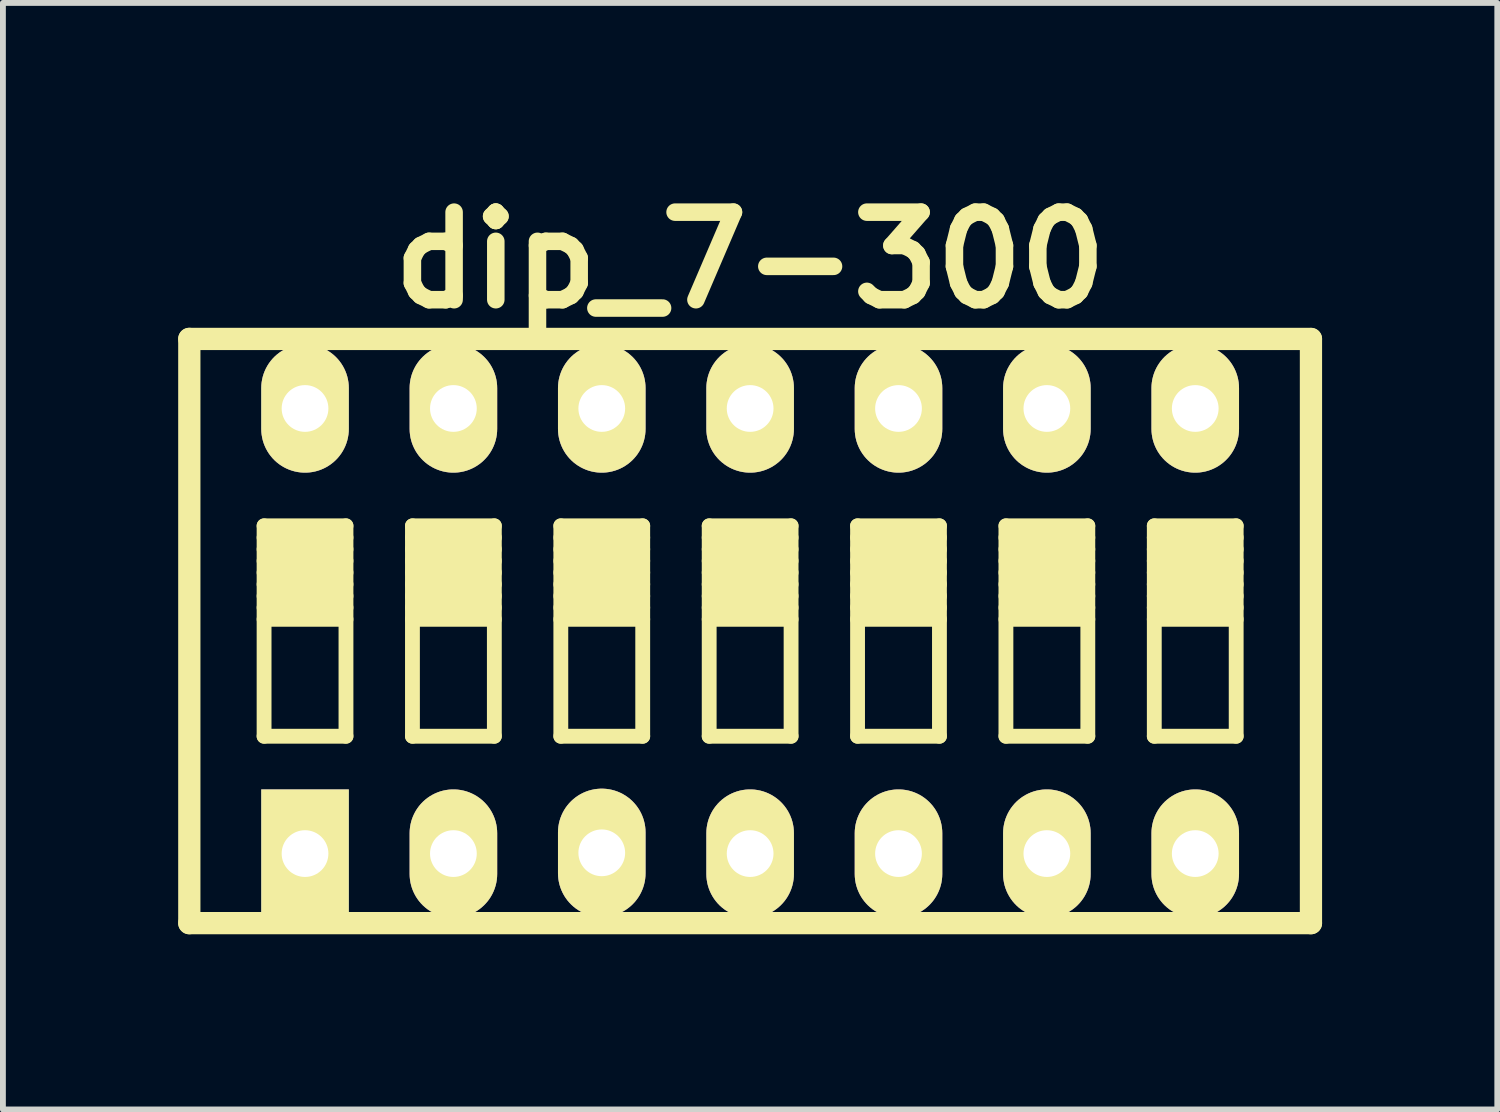
<source format=kicad_pcb>
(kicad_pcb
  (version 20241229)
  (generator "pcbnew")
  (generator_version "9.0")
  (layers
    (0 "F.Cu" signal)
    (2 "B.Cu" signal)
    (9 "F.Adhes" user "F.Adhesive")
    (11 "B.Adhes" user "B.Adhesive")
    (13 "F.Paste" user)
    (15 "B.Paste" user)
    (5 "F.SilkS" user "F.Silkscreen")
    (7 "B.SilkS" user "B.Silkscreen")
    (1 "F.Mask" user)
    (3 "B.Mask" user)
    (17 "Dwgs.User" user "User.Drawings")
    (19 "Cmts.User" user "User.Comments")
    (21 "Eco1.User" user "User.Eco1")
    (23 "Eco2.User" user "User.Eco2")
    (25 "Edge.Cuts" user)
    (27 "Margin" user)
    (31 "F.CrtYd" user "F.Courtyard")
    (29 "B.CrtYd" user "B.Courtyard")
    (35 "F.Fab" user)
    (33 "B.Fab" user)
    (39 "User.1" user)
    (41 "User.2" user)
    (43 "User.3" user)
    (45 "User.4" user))
  (footprint "dip_7-300"
    (layer "F.Cu")
    (at 9.792 7.753)
    (property "Reference" "dip_7-300" (at 0 -6.35 0) (layer "F.SilkS") (effects (font (size 1.499 1.499) (thickness 0.3))))
    (attr through_hole)
    (fp_line (start -9.601 5.001) (end -9.601 -5.001) (stroke (width 0.381) (type solid)) (layer "F.SilkS"))
    (fp_line (start -9.601 5.001) (end 9.601 5.001) (stroke (width 0.381) (type solid)) (layer "F.SilkS"))
    (fp_line (start -8.321 -1.801) (end -8.321 1.801) (stroke (width 0.254) (type solid)) (layer "F.SilkS"))
    (fp_line (start -8.321 -1.6) (end -6.919 -1.6) (stroke (width 0.254) (type solid)) (layer "F.SilkS"))
    (fp_line (start -8.321 -1.4) (end -6.919 -1.4) (stroke (width 0.254) (type solid)) (layer "F.SilkS"))
    (fp_line (start -8.321 -1.201) (end -6.919 -1.201) (stroke (width 0.254) (type solid)) (layer "F.SilkS"))
    (fp_line (start -8.321 -1.001) (end -6.919 -1.001) (stroke (width 0.254) (type solid)) (layer "F.SilkS"))
    (fp_line (start -8.321 -0.8) (end -6.919 -0.8) (stroke (width 0.254) (type solid)) (layer "F.SilkS"))
    (fp_line (start -8.321 -0.599) (end -6.919 -0.599) (stroke (width 0.254) (type solid)) (layer "F.SilkS"))
    (fp_line (start -8.321 -0.401) (end -6.919 -0.401) (stroke (width 0.254) (type solid)) (layer "F.SilkS"))
    (fp_line (start -8.321 -0.201) (end -6.919 -0.201) (stroke (width 0.254) (type solid)) (layer "F.SilkS"))
    (fp_line (start -8.321 1.801) (end -6.919 1.801) (stroke (width 0.254) (type solid)) (layer "F.SilkS"))
    (fp_line (start -6.919 -1.801) (end -8.321 -1.801) (stroke (width 0.254) (type solid)) (layer "F.SilkS"))
    (fp_line (start -6.919 1.801) (end -6.919 -1.801) (stroke (width 0.254) (type solid)) (layer "F.SilkS"))
    (fp_line (start -5.781 -1.801) (end -5.781 1.801) (stroke (width 0.254) (type solid)) (layer "F.SilkS"))
    (fp_line (start -5.781 -1.6) (end -4.379 -1.6) (stroke (width 0.254) (type solid)) (layer "F.SilkS"))
    (fp_line (start -5.781 -1.4) (end -4.379 -1.4) (stroke (width 0.254) (type solid)) (layer "F.SilkS"))
    (fp_line (start -5.781 -1.201) (end -4.379 -1.201) (stroke (width 0.254) (type solid)) (layer "F.SilkS"))
    (fp_line (start -5.781 -1.001) (end -4.379 -1.001) (stroke (width 0.254) (type solid)) (layer "F.SilkS"))
    (fp_line (start -5.781 -0.8) (end -4.379 -0.8) (stroke (width 0.254) (type solid)) (layer "F.SilkS"))
    (fp_line (start -5.781 -0.599) (end -4.379 -0.599) (stroke (width 0.254) (type solid)) (layer "F.SilkS"))
    (fp_line (start -5.781 -0.401) (end -4.379 -0.401) (stroke (width 0.254) (type solid)) (layer "F.SilkS"))
    (fp_line (start -5.781 -0.201) (end -4.379 -0.201) (stroke (width 0.254) (type solid)) (layer "F.SilkS"))
    (fp_line (start -5.781 1.801) (end -4.379 1.801) (stroke (width 0.254) (type solid)) (layer "F.SilkS"))
    (fp_line (start -4.379 -1.801) (end -5.781 -1.801) (stroke (width 0.254) (type solid)) (layer "F.SilkS"))
    (fp_line (start -4.379 1.801) (end -4.379 -1.801) (stroke (width 0.254) (type solid)) (layer "F.SilkS"))
    (fp_line (start -3.241 -1.801) (end -3.241 1.801) (stroke (width 0.254) (type solid)) (layer "F.SilkS"))
    (fp_line (start -3.241 -1.6) (end -1.839 -1.6) (stroke (width 0.254) (type solid)) (layer "F.SilkS"))
    (fp_line (start -3.241 -1.4) (end -1.839 -1.4) (stroke (width 0.254) (type solid)) (layer "F.SilkS"))
    (fp_line (start -3.241 -1.201) (end -1.839 -1.201) (stroke (width 0.254) (type solid)) (layer "F.SilkS"))
    (fp_line (start -3.241 -1.001) (end -1.839 -1.001) (stroke (width 0.254) (type solid)) (layer "F.SilkS"))
    (fp_line (start -3.241 -0.8) (end -1.839 -0.8) (stroke (width 0.254) (type solid)) (layer "F.SilkS"))
    (fp_line (start -3.241 -0.599) (end -1.839 -0.599) (stroke (width 0.254) (type solid)) (layer "F.SilkS"))
    (fp_line (start -3.241 -0.401) (end -1.839 -0.401) (stroke (width 0.254) (type solid)) (layer "F.SilkS"))
    (fp_line (start -3.241 -0.201) (end -1.839 -0.201) (stroke (width 0.254) (type solid)) (layer "F.SilkS"))
    (fp_line (start -3.241 1.801) (end -1.839 1.801) (stroke (width 0.254) (type solid)) (layer "F.SilkS"))
    (fp_line (start -1.839 -1.801) (end -3.241 -1.801) (stroke (width 0.254) (type solid)) (layer "F.SilkS"))
    (fp_line (start -1.839 1.801) (end -1.839 -1.801) (stroke (width 0.254) (type solid)) (layer "F.SilkS"))
    (fp_line (start -0.701 -1.801) (end -0.701 1.801) (stroke (width 0.254) (type solid)) (layer "F.SilkS"))
    (fp_line (start -0.701 -1.6) (end 0.701 -1.6) (stroke (width 0.254) (type solid)) (layer "F.SilkS"))
    (fp_line (start -0.701 -1.4) (end 0.701 -1.4) (stroke (width 0.254) (type solid)) (layer "F.SilkS"))
    (fp_line (start -0.701 -1.201) (end 0.701 -1.201) (stroke (width 0.254) (type solid)) (layer "F.SilkS"))
    (fp_line (start -0.701 -1.001) (end 0.701 -1.001) (stroke (width 0.254) (type solid)) (layer "F.SilkS"))
    (fp_line (start -0.701 -0.8) (end 0.701 -0.8) (stroke (width 0.254) (type solid)) (layer "F.SilkS"))
    (fp_line (start -0.701 -0.599) (end 0.701 -0.599) (stroke (width 0.254) (type solid)) (layer "F.SilkS"))
    (fp_line (start -0.701 -0.401) (end 0.701 -0.401) (stroke (width 0.254) (type solid)) (layer "F.SilkS"))
    (fp_line (start -0.701 -0.201) (end 0.701 -0.201) (stroke (width 0.254) (type solid)) (layer "F.SilkS"))
    (fp_line (start -0.701 1.801) (end 0.701 1.801) (stroke (width 0.254) (type solid)) (layer "F.SilkS"))
    (fp_line (start 0.701 -1.801) (end -0.701 -1.801) (stroke (width 0.254) (type solid)) (layer "F.SilkS"))
    (fp_line (start 0.701 1.801) (end 0.701 -1.801) (stroke (width 0.254) (type solid)) (layer "F.SilkS"))
    (fp_line (start 1.839 -1.801) (end 1.839 1.801) (stroke (width 0.254) (type solid)) (layer "F.SilkS"))
    (fp_line (start 1.839 -1.6) (end 3.241 -1.6) (stroke (width 0.254) (type solid)) (layer "F.SilkS"))
    (fp_line (start 1.839 -1.4) (end 3.241 -1.4) (stroke (width 0.254) (type solid)) (layer "F.SilkS"))
    (fp_line (start 1.839 -1.201) (end 3.241 -1.201) (stroke (width 0.254) (type solid)) (layer "F.SilkS"))
    (fp_line (start 1.839 -1.001) (end 3.241 -1.001) (stroke (width 0.254) (type solid)) (layer "F.SilkS"))
    (fp_line (start 1.839 -0.8) (end 3.241 -0.8) (stroke (width 0.254) (type solid)) (layer "F.SilkS"))
    (fp_line (start 1.839 -0.599) (end 3.241 -0.599) (stroke (width 0.254) (type solid)) (layer "F.SilkS"))
    (fp_line (start 1.839 -0.401) (end 3.241 -0.401) (stroke (width 0.254) (type solid)) (layer "F.SilkS"))
    (fp_line (start 1.839 -0.201) (end 3.241 -0.201) (stroke (width 0.254) (type solid)) (layer "F.SilkS"))
    (fp_line (start 1.839 1.801) (end 3.241 1.801) (stroke (width 0.254) (type solid)) (layer "F.SilkS"))
    (fp_line (start 3.241 -1.801) (end 1.839 -1.801) (stroke (width 0.254) (type solid)) (layer "F.SilkS"))
    (fp_line (start 3.241 1.801) (end 3.241 -1.801) (stroke (width 0.254) (type solid)) (layer "F.SilkS"))
    (fp_line (start 4.379 -1.801) (end 4.379 1.801) (stroke (width 0.254) (type solid)) (layer "F.SilkS"))
    (fp_line (start 4.379 -1.6) (end 5.781 -1.6) (stroke (width 0.254) (type solid)) (layer "F.SilkS"))
    (fp_line (start 4.379 -1.4) (end 5.781 -1.4) (stroke (width 0.254) (type solid)) (layer "F.SilkS"))
    (fp_line (start 4.379 -1.201) (end 5.781 -1.201) (stroke (width 0.254) (type solid)) (layer "F.SilkS"))
    (fp_line (start 4.379 -1.001) (end 5.781 -1.001) (stroke (width 0.254) (type solid)) (layer "F.SilkS"))
    (fp_line (start 4.379 -0.8) (end 5.781 -0.8) (stroke (width 0.254) (type solid)) (layer "F.SilkS"))
    (fp_line (start 4.379 -0.599) (end 5.781 -0.599) (stroke (width 0.254) (type solid)) (layer "F.SilkS"))
    (fp_line (start 4.379 -0.401) (end 5.781 -0.401) (stroke (width 0.254) (type solid)) (layer "F.SilkS"))
    (fp_line (start 4.379 -0.201) (end 5.781 -0.201) (stroke (width 0.254) (type solid)) (layer "F.SilkS"))
    (fp_line (start 4.379 1.801) (end 5.781 1.801) (stroke (width 0.254) (type solid)) (layer "F.SilkS"))
    (fp_line (start 5.781 -1.801) (end 4.379 -1.801) (stroke (width 0.254) (type solid)) (layer "F.SilkS"))
    (fp_line (start 5.781 1.801) (end 5.781 -1.801) (stroke (width 0.254) (type solid)) (layer "F.SilkS"))
    (fp_line (start 6.919 -1.801) (end 6.919 1.801) (stroke (width 0.254) (type solid)) (layer "F.SilkS"))
    (fp_line (start 6.919 -1.6) (end 8.321 -1.6) (stroke (width 0.254) (type solid)) (layer "F.SilkS"))
    (fp_line (start 6.919 -1.4) (end 8.321 -1.4) (stroke (width 0.254) (type solid)) (layer "F.SilkS"))
    (fp_line (start 6.919 -1.201) (end 8.321 -1.201) (stroke (width 0.254) (type solid)) (layer "F.SilkS"))
    (fp_line (start 6.919 -1.001) (end 8.321 -1.001) (stroke (width 0.254) (type solid)) (layer "F.SilkS"))
    (fp_line (start 6.919 -0.8) (end 8.321 -0.8) (stroke (width 0.254) (type solid)) (layer "F.SilkS"))
    (fp_line (start 6.919 -0.599) (end 8.321 -0.599) (stroke (width 0.254) (type solid)) (layer "F.SilkS"))
    (fp_line (start 6.919 -0.401) (end 8.321 -0.401) (stroke (width 0.254) (type solid)) (layer "F.SilkS"))
    (fp_line (start 6.919 -0.201) (end 8.321 -0.201) (stroke (width 0.254) (type solid)) (layer "F.SilkS"))
    (fp_line (start 6.919 1.801) (end 8.321 1.801) (stroke (width 0.254) (type solid)) (layer "F.SilkS"))
    (fp_line (start 8.321 -1.801) (end 6.919 -1.801) (stroke (width 0.254) (type solid)) (layer "F.SilkS"))
    (fp_line (start 8.321 1.801) (end 8.321 -1.801) (stroke (width 0.254) (type solid)) (layer "F.SilkS"))
    (fp_line (start 9.601 -5.001) (end -9.601 -5.001) (stroke (width 0.381) (type solid)) (layer "F.SilkS"))
    (fp_line (start 9.601 -4.999) (end 9.601 5.001) (stroke (width 0.381) (type solid)) (layer "F.SilkS"))
    (pad "1" thru_hole rect (at -7.62 3.81) (size 1.499 2.197) (drill 0.8) (layers "*.Cu" "*.Mask" "F.SilkS"))
    (pad "2" thru_hole oval (at -5.08 3.81) (size 1.499 2.197) (drill 0.8) (layers "*.Cu" "*.Mask" "F.SilkS"))
    (pad "3" thru_hole oval (at -2.54 3.797) (size 1.499 2.197) (drill 0.8) (layers "*.Cu" "*.Mask" "F.SilkS"))
    (pad "4" thru_hole oval (at 0 3.81) (size 1.499 2.197) (drill 0.8) (layers "*.Cu" "*.Mask" "F.SilkS"))
    (pad "5" thru_hole oval (at 2.54 3.81) (size 1.499 2.197) (drill 0.8) (layers "*.Cu" "*.Mask" "F.SilkS"))
    (pad "6" thru_hole oval (at 5.08 3.81) (size 1.499 2.197) (drill 0.8) (layers "*.Cu" "*.Mask" "F.SilkS"))
    (pad "7" thru_hole oval (at 7.62 3.81) (size 1.499 2.197) (drill 0.8) (layers "*.Cu" "*.Mask" "F.SilkS"))
    (pad "8" thru_hole oval (at 7.62 -3.81) (size 1.499 2.197) (drill 0.8) (layers "*.Cu" "*.Mask" "F.SilkS"))
    (pad "9" thru_hole oval (at 5.08 -3.81) (size 1.499 2.197) (drill 0.8) (layers "*.Cu" "*.Mask" "F.SilkS"))
    (pad "10" thru_hole oval (at 2.54 -3.81) (size 1.499 2.197) (drill 0.8) (layers "*.Cu" "*.Mask" "F.SilkS"))
    (pad "11" thru_hole oval (at 0 -3.81) (size 1.499 2.197) (drill 0.8) (layers "*.Cu" "*.Mask" "F.SilkS"))
    (pad "12" thru_hole oval (at -2.54 -3.81) (size 1.499 2.197) (drill 0.8) (layers "*.Cu" "*.Mask" "F.SilkS"))
    (pad "13" thru_hole oval (at -5.08 -3.81) (size 1.499 2.197) (drill 0.8) (layers "*.Cu" "*.Mask" "F.SilkS"))
    (pad "14" thru_hole oval (at -7.62 -3.81) (size 1.499 2.197) (drill 0.8) (layers "*.Cu" "*.Mask" "F.SilkS")))
  (gr_rect
    (start -3 -3)
    (end 22.583 15.944)
    (stroke (width 0.1) (type default))
    (fill no)
    (layer "Edge.Cuts")))
</source>
